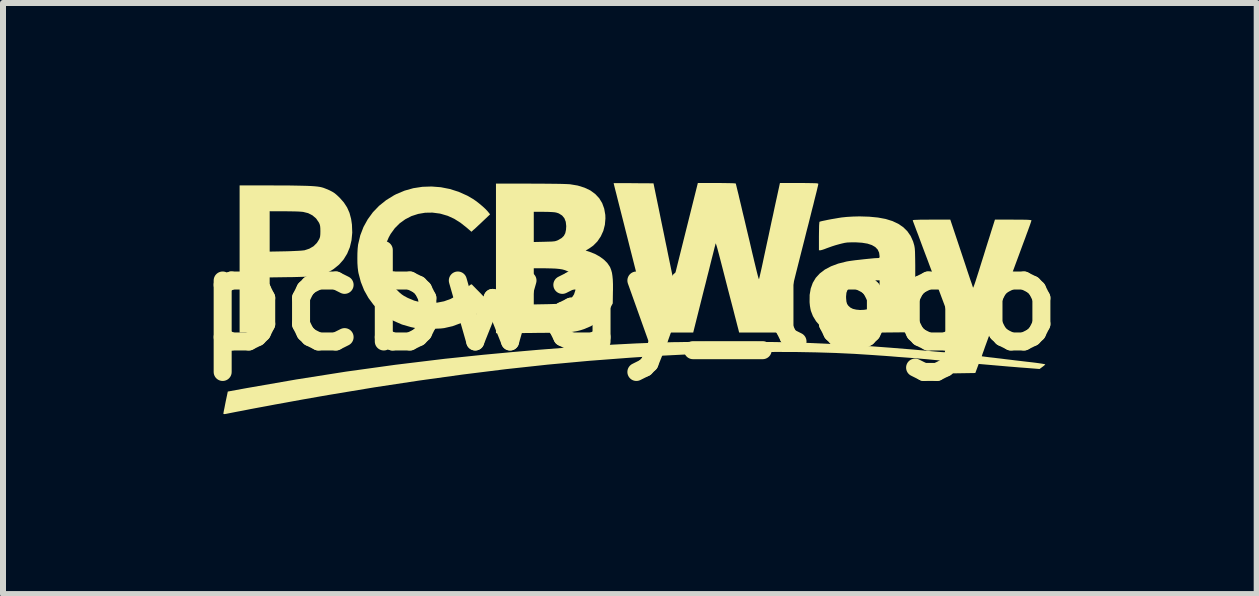
<source format=kicad_pcb>
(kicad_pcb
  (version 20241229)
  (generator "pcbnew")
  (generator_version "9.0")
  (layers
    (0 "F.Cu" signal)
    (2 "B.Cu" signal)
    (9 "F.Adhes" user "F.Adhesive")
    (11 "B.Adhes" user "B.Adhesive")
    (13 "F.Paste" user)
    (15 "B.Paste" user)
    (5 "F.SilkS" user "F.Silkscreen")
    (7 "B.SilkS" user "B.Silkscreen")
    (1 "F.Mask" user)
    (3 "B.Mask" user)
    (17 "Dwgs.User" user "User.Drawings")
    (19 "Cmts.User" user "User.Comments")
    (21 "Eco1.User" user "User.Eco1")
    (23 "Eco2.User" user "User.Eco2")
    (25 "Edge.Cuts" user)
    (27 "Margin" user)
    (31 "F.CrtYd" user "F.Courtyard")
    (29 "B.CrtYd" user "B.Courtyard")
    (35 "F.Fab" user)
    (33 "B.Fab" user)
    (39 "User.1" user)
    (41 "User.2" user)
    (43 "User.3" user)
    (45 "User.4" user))
  (footprint "pcbway_logo"
    (layer "F.Cu")
    (at 7.446 1.951)
    (property "Reference" "pcbway_logo" (at 0 0 0) (layer "F.SilkS") (effects (font (size 1.524 1.524) (thickness 0.3))))
    (attr board_only exclude_from_pos_files exclude_from_bom)
    (fp_poly (pts (xy -5.955 -1.911) (xy -5.806 -1.91) (xy -5.676 -1.91) (xy -5.563 -1.908) (xy -5.466 -1.906) (xy -5.383 -1.904) (xy -5.313 -1.901) (xy -5.254 -1.897) (xy -5.205 -1.892) (xy -5.165 -1.886) (xy -5.133 -1.879) (xy -5.103 -1.87) (xy -5.062 -1.854) (xy -5.017 -1.835) (xy -5.003 -1.829) (xy -4.957 -1.805) (xy -4.918 -1.78) (xy -4.879 -1.747) (xy -4.837 -1.707) (xy -4.766 -1.627) (xy -4.712 -1.544) (xy -4.672 -1.454) (xy -4.645 -1.353) (xy -4.631 -1.258) (xy -4.626 -1.124) (xy -4.638 -0.998) (xy -4.666 -0.881) (xy -4.711 -0.773) (xy -4.771 -0.676) (xy -4.846 -0.591) (xy -4.936 -0.518) (xy -4.958 -0.504) (xy -5.003 -0.478) (xy -5.047 -0.455) (xy -5.091 -0.437) (xy -5.14 -0.422) (xy -5.193 -0.41) (xy -5.255 -0.401) (xy -5.327 -0.394) (xy -5.412 -0.389) (xy -5.511 -0.386) (xy -5.628 -0.383) (xy -5.66 -0.383) (xy -6.002 -0.378) (xy -6.002 0.54) (xy -6.503 0.54) (xy -6.503 -1.481) (xy -6.002 -1.481) (xy -6.002 -0.808) (xy -5.74 -0.813) (xy -5.666 -0.815) (xy -5.596 -0.818) (xy -5.533 -0.821) (xy -5.48 -0.824) (xy -5.442 -0.828) (xy -5.423 -0.83) (xy -5.341 -0.857) (xy -5.272 -0.897) (xy -5.216 -0.952) (xy -5.18 -1.009) (xy -5.168 -1.036) (xy -5.161 -1.064) (xy -5.158 -1.099) (xy -5.157 -1.147) (xy -5.157 -1.15) (xy -5.158 -1.198) (xy -5.161 -1.231) (xy -5.167 -1.258) (xy -5.177 -1.283) (xy -5.184 -1.296) (xy -5.229 -1.361) (xy -5.289 -1.412) (xy -5.361 -1.449) (xy -5.446 -1.47) (xy -5.448 -1.47) (xy -5.478 -1.473) (xy -5.524 -1.476) (xy -5.583 -1.478) (xy -5.649 -1.479) (xy -5.721 -1.48) (xy -5.76 -1.48) (xy -6.002 -1.481) (xy -6.503 -1.481) (xy -6.503 -1.911)) (stroke (width 0) (type solid)) (fill yes) (layer "F.SilkS"))
    (fp_poly (pts (xy -1.658 -1.941) (xy -1.546 -1.94) (xy -1.439 -1.94) (xy -1.338 -1.939) (xy -1.246 -1.938) (xy -1.165 -1.937) (xy -1.097 -1.935) (xy -1.043 -1.933) (xy -1.006 -1.931) (xy -0.995 -1.93) (xy -0.869 -1.909) (xy -0.757 -1.874) (xy -0.659 -1.828) (xy -0.578 -1.769) (xy -0.511 -1.698) (xy -0.461 -1.616) (xy -0.427 -1.523) (xy -0.409 -1.42) (xy -0.407 -1.361) (xy -0.416 -1.255) (xy -0.442 -1.154) (xy -0.484 -1.062) (xy -0.54 -0.979) (xy -0.609 -0.909) (xy -0.678 -0.86) (xy -0.737 -0.826) (xy -0.671 -0.805) (xy -0.583 -0.77) (xy -0.503 -0.726) (xy -0.432 -0.674) (xy -0.375 -0.617) (xy -0.334 -0.557) (xy -0.327 -0.543) (xy -0.311 -0.501) (xy -0.298 -0.455) (xy -0.29 -0.402) (xy -0.284 -0.34) (xy -0.281 -0.264) (xy -0.281 -0.172) (xy -0.282 -0.143) (xy -0.285 0.055) (xy -0.325 0.129) (xy -0.384 0.22) (xy -0.46 0.303) (xy -0.55 0.375) (xy -0.652 0.436) (xy -0.763 0.483) (xy -0.781 0.489) (xy -0.815 0.5) (xy -0.848 0.509) (xy -0.881 0.517) (xy -0.916 0.523) (xy -0.954 0.529) (xy -0.998 0.533) (xy -1.05 0.537) (xy -1.11 0.54) (xy -1.182 0.542) (xy -1.266 0.544) (xy -1.364 0.545) (xy -1.479 0.546) (xy -1.612 0.547) (xy -1.633 0.548) (xy -2.231 0.552) (xy -2.231 -0.53) (xy -1.601 -0.53) (xy -1.601 0.072) (xy -1.378 0.068) (xy -1.304 0.066) (xy -1.246 0.064) (xy -1.202 0.062) (xy -1.168 0.059) (xy -1.142 0.055) (xy -1.119 0.05) (xy -1.097 0.042) (xy -1.094 0.041) (xy -1.022 0.007) (xy -0.968 -0.039) (xy -0.93 -0.096) (xy -0.908 -0.164) (xy -0.902 -0.244) (xy -0.903 -0.255) (xy -0.911 -0.325) (xy -0.93 -0.381) (xy -0.961 -0.425) (xy -1.007 -0.462) (xy -1.047 -0.485) (xy -1.082 -0.499) (xy -1.124 -0.511) (xy -1.174 -0.519) (xy -1.235 -0.525) (xy -1.311 -0.528) (xy -1.403 -0.53) (xy -1.423 -0.53) (xy -1.601 -0.53) (xy -2.231 -0.53) (xy -2.231 -0.968) (xy -1.601 -0.968) (xy -1.423 -0.972) (xy -1.359 -0.974) (xy -1.311 -0.975) (xy -1.276 -0.978) (xy -1.249 -0.981) (xy -1.228 -0.987) (xy -1.208 -0.994) (xy -1.188 -1.004) (xy -1.137 -1.034) (xy -1.1 -1.07) (xy -1.076 -1.115) (xy -1.064 -1.172) (xy -1.06 -1.233) (xy -1.068 -1.305) (xy -1.091 -1.364) (xy -1.129 -1.41) (xy -1.183 -1.444) (xy -1.217 -1.456) (xy -1.249 -1.463) (xy -1.296 -1.467) (xy -1.361 -1.47) (xy -1.432 -1.471) (xy -1.601 -1.471) (xy -1.601 -0.968) (xy -2.231 -0.968) (xy -2.231 -1.941)) (stroke (width 0) (type solid)) (fill yes) (layer "F.SilkS"))
    (fp_poly (pts (xy -3.15 -1.881) (xy -2.998 -1.851) (xy -2.851 -1.804) (xy -2.708 -1.74) (xy -2.615 -1.686) (xy -2.564 -1.651) (xy -2.51 -1.609) (xy -2.456 -1.564) (xy -2.408 -1.52) (xy -2.372 -1.482) (xy -2.366 -1.475) (xy -2.329 -1.429) (xy -2.442 -1.322) (xy -2.485 -1.281) (xy -2.527 -1.242) (xy -2.563 -1.208) (xy -2.59 -1.183) (xy -2.598 -1.177) (xy -2.64 -1.139) (xy -2.716 -1.205) (xy -2.822 -1.289) (xy -2.927 -1.355) (xy -3.034 -1.404) (xy -3.146 -1.437) (xy -3.166 -1.442) (xy -3.29 -1.458) (xy -3.411 -1.456) (xy -3.528 -1.436) (xy -3.639 -1.4) (xy -3.742 -1.347) (xy -3.835 -1.28) (xy -3.917 -1.198) (xy -3.986 -1.103) (xy -4.017 -1.047) (xy -4.051 -0.969) (xy -4.074 -0.894) (xy -4.087 -0.814) (xy -4.091 -0.722) (xy -4.091 -0.707) (xy -4.087 -0.606) (xy -4.074 -0.517) (xy -4.05 -0.434) (xy -4.015 -0.35) (xy -3.991 -0.304) (xy -3.968 -0.266) (xy -3.941 -0.232) (xy -3.906 -0.193) (xy -3.882 -0.169) (xy -3.838 -0.126) (xy -3.801 -0.095) (xy -3.764 -0.07) (xy -3.721 -0.047) (xy -3.7 -0.036) (xy -3.595 0.008) (xy -3.492 0.035) (xy -3.383 0.048) (xy -3.326 0.05) (xy -3.208 0.042) (xy -3.096 0.02) (xy -2.988 -0.019) (xy -2.883 -0.076) (xy -2.779 -0.15) (xy -2.704 -0.214) (xy -2.674 -0.242) (xy -2.654 -0.257) (xy -2.642 -0.263) (xy -2.632 -0.26) (xy -2.624 -0.252) (xy -2.612 -0.239) (xy -2.588 -0.215) (xy -2.555 -0.181) (xy -2.515 -0.141) (xy -2.472 -0.097) (xy -2.471 -0.095) (xy -2.336 0.043) (xy -2.406 0.107) (xy -2.537 0.218) (xy -2.672 0.309) (xy -2.81 0.381) (xy -2.952 0.434) (xy -3.096 0.467) (xy -3.116 0.469) (xy -3.15 0.473) (xy -3.198 0.475) (xy -3.256 0.477) (xy -3.319 0.478) (xy -3.381 0.479) (xy -3.44 0.478) (xy -3.489 0.477) (xy -3.524 0.475) (xy -3.531 0.474) (xy -3.552 0.47) (xy -3.586 0.463) (xy -3.628 0.454) (xy -3.651 0.449) (xy -3.797 0.407) (xy -3.933 0.348) (xy -4.057 0.273) (xy -4.17 0.183) (xy -4.27 0.08) (xy -4.356 -0.036) (xy -4.428 -0.164) (xy -4.483 -0.302) (xy -4.522 -0.45) (xy -4.527 -0.477) (xy -4.535 -0.54) (xy -4.54 -0.616) (xy -4.541 -0.698) (xy -4.54 -0.781) (xy -4.536 -0.858) (xy -4.529 -0.923) (xy -4.527 -0.932) (xy -4.492 -1.08) (xy -4.439 -1.218) (xy -4.368 -1.346) (xy -4.282 -1.464) (xy -4.179 -1.571) (xy -4.062 -1.665) (xy -3.929 -1.747) (xy -3.894 -1.765) (xy -3.754 -1.824) (xy -3.608 -1.865) (xy -3.457 -1.888) (xy -3.304 -1.893)) (stroke (width 0) (type solid)) (fill yes) (layer "F.SilkS"))
    (fp_poly (pts (xy 3.989 -1.39) (xy 4.134 -1.376) (xy 4.263 -1.352) (xy 4.376 -1.317) (xy 4.474 -1.271) (xy 4.556 -1.215) (xy 4.624 -1.148) (xy 4.679 -1.069) (xy 4.72 -0.978) (xy 4.739 -0.914) (xy 4.742 -0.899) (xy 4.745 -0.882) (xy 4.748 -0.862) (xy 4.75 -0.837) (xy 4.752 -0.805) (xy 4.753 -0.765) (xy 4.754 -0.716) (xy 4.755 -0.656) (xy 4.756 -0.583) (xy 4.756 -0.496) (xy 4.756 -0.393) (xy 4.757 -0.274) (xy 4.757 -0.155) (xy 4.757 0.535) (xy 4.46 0.538) (xy 4.162 0.541) (xy 4.16 0.45) (xy 4.157 0.359) (xy 4.087 0.414) (xy 3.983 0.486) (xy 3.87 0.542) (xy 3.822 0.56) (xy 3.772 0.572) (xy 3.709 0.581) (xy 3.638 0.586) (xy 3.566 0.588) (xy 3.499 0.585) (xy 3.444 0.578) (xy 3.436 0.576) (xy 3.339 0.544) (xy 3.251 0.495) (xy 3.171 0.431) (xy 3.104 0.354) (xy 3.051 0.267) (xy 3.017 0.18) (xy 3.009 0.144) (xy 3.001 0.097) (xy 2.996 0.047) (xy 2.995 0.03) (xy 2.996 -0.058) (xy 3.603 -0.058) (xy 3.604 -0.028) (xy 3.609 0.025) (xy 3.62 0.063) (xy 3.64 0.093) (xy 3.671 0.121) (xy 3.674 0.124) (xy 3.717 0.146) (xy 3.773 0.159) (xy 3.837 0.165) (xy 3.904 0.162) (xy 3.968 0.151) (xy 4.002 0.14) (xy 4.044 0.121) (xy 4.087 0.096) (xy 4.107 0.081) (xy 4.157 0.044) (xy 4.159 -0.143) (xy 4.162 -0.33) (xy 4.129 -0.33) (xy 4.087 -0.328) (xy 4.032 -0.322) (xy 3.969 -0.313) (xy 3.906 -0.303) (xy 3.847 -0.291) (xy 3.799 -0.28) (xy 3.785 -0.276) (xy 3.715 -0.248) (xy 3.664 -0.215) (xy 3.629 -0.174) (xy 3.609 -0.122) (xy 3.603 -0.058) (xy 2.996 -0.058) (xy 2.996 -0.086) (xy 3.014 -0.192) (xy 3.048 -0.287) (xy 3.098 -0.371) (xy 3.166 -0.445) (xy 3.25 -0.509) (xy 3.352 -0.563) (xy 3.471 -0.608) (xy 3.607 -0.642) (xy 3.616 -0.644) (xy 3.651 -0.65) (xy 3.7 -0.657) (xy 3.759 -0.665) (xy 3.825 -0.672) (xy 3.894 -0.68) (xy 3.962 -0.687) (xy 4.023 -0.693) (xy 4.075 -0.698) (xy 4.114 -0.7) (xy 4.126 -0.7) (xy 4.15 -0.702) (xy 4.16 -0.71) (xy 4.162 -0.728) (xy 4.154 -0.79) (xy 4.13 -0.842) (xy 4.09 -0.884) (xy 4.033 -0.917) (xy 3.96 -0.941) (xy 3.869 -0.956) (xy 3.761 -0.963) (xy 3.731 -0.963) (xy 3.672 -0.962) (xy 3.624 -0.96) (xy 3.581 -0.954) (xy 3.533 -0.943) (xy 3.49 -0.932) (xy 3.432 -0.916) (xy 3.372 -0.897) (xy 3.316 -0.877) (xy 3.285 -0.866) (xy 3.244 -0.85) (xy 3.208 -0.838) (xy 3.182 -0.831) (xy 3.174 -0.83) (xy 3.151 -0.83) (xy 3.151 -1.065) (xy 3.152 -1.134) (xy 3.153 -1.195) (xy 3.154 -1.245) (xy 3.157 -1.281) (xy 3.159 -1.302) (xy 3.16 -1.305) (xy 3.175 -1.31) (xy 3.206 -1.318) (xy 3.25 -1.327) (xy 3.302 -1.338) (xy 3.36 -1.349) (xy 3.42 -1.359) (xy 3.477 -1.369) (xy 3.528 -1.377) (xy 3.614 -1.386) (xy 3.715 -1.392) (xy 3.827 -1.395)) (stroke (width 0) (type solid)) (fill yes) (layer "F.SilkS"))
    (fp_poly (pts (xy 1.523 -1.951) (xy 1.594 -1.95) (xy 1.655 -1.949) (xy 1.705 -1.948) (xy 1.741 -1.946) (xy 1.761 -1.944) (xy 1.764 -1.943) (xy 1.768 -1.932) (xy 1.775 -1.904) (xy 1.785 -1.862) (xy 1.798 -1.809) (xy 1.813 -1.749) (xy 1.819 -1.721) (xy 1.837 -1.646) (xy 1.858 -1.558) (xy 1.88 -1.463) (xy 1.903 -1.369) (xy 1.924 -1.28) (xy 1.931 -1.25) (xy 1.949 -1.173) (xy 1.971 -1.081) (xy 1.995 -0.981) (xy 2.019 -0.877) (xy 2.043 -0.774) (xy 2.066 -0.679) (xy 2.068 -0.668) (xy 2.087 -0.591) (xy 2.104 -0.52) (xy 2.119 -0.459) (xy 2.132 -0.409) (xy 2.142 -0.373) (xy 2.149 -0.352) (xy 2.151 -0.348) (xy 2.155 -0.359) (xy 2.162 -0.387) (xy 2.172 -0.431) (xy 2.185 -0.487) (xy 2.2 -0.554) (xy 2.216 -0.628) (xy 2.23 -0.695) (xy 2.257 -0.82) (xy 2.284 -0.946) (xy 2.311 -1.07) (xy 2.337 -1.193) (xy 2.362 -1.311) (xy 2.387 -1.423) (xy 2.409 -1.528) (xy 2.43 -1.625) (xy 2.449 -1.711) (xy 2.465 -1.785) (xy 2.478 -1.845) (xy 2.488 -1.89) (xy 2.494 -1.919) (xy 2.496 -1.928) (xy 2.501 -1.951) (xy 2.821 -1.951) (xy 2.911 -1.951) (xy 2.983 -1.95) (xy 3.039 -1.949) (xy 3.08 -1.948) (xy 3.109 -1.947) (xy 3.128 -1.944) (xy 3.138 -1.941) (xy 3.141 -1.937) (xy 3.141 -1.936) (xy 3.14 -1.931) (xy 3.138 -1.92) (xy 3.134 -1.901) (xy 3.127 -1.874) (xy 3.119 -1.838) (xy 3.108 -1.793) (xy 3.094 -1.738) (xy 3.077 -1.671) (xy 3.058 -1.592) (xy 3.034 -1.5) (xy 3.008 -1.395) (xy 2.978 -1.275) (xy 2.943 -1.14) (xy 2.905 -0.988) (xy 2.862 -0.82) (xy 2.815 -0.634) (xy 2.766 -0.44) (xy 2.739 -0.331) (xy 2.711 -0.221) (xy 2.683 -0.112) (xy 2.657 -0.008) (xy 2.632 0.089) (xy 2.61 0.176) (xy 2.592 0.249) (xy 2.577 0.307) (xy 2.575 0.318) (xy 2.519 0.54) (xy 1.821 0.54) (xy 1.812 0.503) (xy 1.808 0.487) (xy 1.799 0.453) (xy 1.786 0.403) (xy 1.77 0.34) (xy 1.75 0.264) (xy 1.728 0.177) (xy 1.703 0.081) (xy 1.676 -0.022) (xy 1.648 -0.13) (xy 1.64 -0.16) (xy 1.603 -0.304) (xy 1.571 -0.429) (xy 1.543 -0.538) (xy 1.519 -0.631) (xy 1.499 -0.708) (xy 1.482 -0.773) (xy 1.468 -0.825) (xy 1.457 -0.866) (xy 1.448 -0.897) (xy 1.441 -0.919) (xy 1.436 -0.933) (xy 1.433 -0.941) (xy 1.43 -0.943) (xy 1.428 -0.941) (xy 1.427 -0.936) (xy 1.426 -0.929) (xy 1.424 -0.922) (xy 1.424 -0.92) (xy 1.42 -0.905) (xy 1.411 -0.872) (xy 1.399 -0.823) (xy 1.383 -0.759) (xy 1.363 -0.682) (xy 1.341 -0.594) (xy 1.317 -0.496) (xy 1.29 -0.391) (xy 1.262 -0.278) (xy 1.235 -0.173) (xy 1.056 0.54) (xy 0.709 0.54) (xy 0.616 0.54) (xy 0.541 0.54) (xy 0.483 0.539) (xy 0.438 0.538) (xy 0.405 0.537) (xy 0.383 0.535) (xy 0.369 0.533) (xy 0.361 0.529) (xy 0.357 0.525) (xy 0.356 0.523) (xy 0.353 0.511) (xy 0.345 0.482) (xy 0.334 0.436) (xy 0.318 0.375) (xy 0.299 0.3) (xy 0.277 0.214) (xy 0.252 0.116) (xy 0.225 0.009) (xy 0.196 -0.106) (xy 0.165 -0.228) (xy 0.133 -0.355) (xy 0.1 -0.485) (xy 0.066 -0.619) (xy 0.032 -0.753) (xy -0.002 -0.886) (xy -0.035 -1.018) (xy -0.068 -1.147) (xy -0.099 -1.271) (xy -0.129 -1.389) (xy -0.157 -1.499) (xy -0.183 -1.601) (xy -0.206 -1.692) (xy -0.226 -1.772) (xy -0.243 -1.838) (xy -0.256 -1.89) (xy -0.265 -1.927) (xy -0.27 -1.946) (xy -0.27 -1.948) (xy -0.26 -1.949) (xy -0.233 -1.949) (xy -0.191 -1.949) (xy -0.135 -1.949) (xy -0.068 -1.949) (xy 0.006 -1.949) (xy 0.062 -1.948) (xy 0.394 -1.946) (xy 0.462 -1.616) (xy 0.479 -1.534) (xy 0.499 -1.436) (xy 0.521 -1.327) (xy 0.545 -1.211) (xy 0.57 -1.091) (xy 0.594 -0.972) (xy 0.618 -0.858) (xy 0.628 -0.806) (xy 0.727 -0.326) (xy 1.133 -1.951) (xy 1.446 -1.951)) (stroke (width 0) (type solid)) (fill yes) (layer "F.SilkS"))
    (fp_poly (pts (xy 5.528 -0.778) (xy 5.562 -0.676) (xy 5.594 -0.58) (xy 5.623 -0.491) (xy 5.65 -0.411) (xy 5.673 -0.342) (xy 5.693 -0.286) (xy 5.707 -0.243) (xy 5.716 -0.216) (xy 5.72 -0.207) (xy 5.724 -0.213) (xy 5.733 -0.235) (xy 5.746 -0.271) (xy 5.762 -0.318) (xy 5.779 -0.372) (xy 5.819 -0.497) (xy 5.858 -0.623) (xy 5.897 -0.746) (xy 5.933 -0.863) (xy 5.967 -0.971) (xy 5.998 -1.068) (xy 6.023 -1.149) (xy 6.034 -1.183) (xy 6.084 -1.341) (xy 6.388 -1.341) (xy 6.48 -1.34) (xy 6.553 -1.34) (xy 6.609 -1.339) (xy 6.65 -1.337) (xy 6.676 -1.334) (xy 6.69 -1.331) (xy 6.693 -1.329) (xy 6.689 -1.316) (xy 6.68 -1.288) (xy 6.666 -1.247) (xy 6.647 -1.195) (xy 6.626 -1.137) (xy 6.616 -1.111) (xy 6.59 -1.039) (xy 6.557 -0.951) (xy 6.519 -0.848) (xy 6.477 -0.734) (xy 6.431 -0.61) (xy 6.383 -0.48) (xy 6.333 -0.344) (xy 6.282 -0.207) (xy 6.231 -0.069) (xy 6.181 0.066) (xy 6.133 0.197) (xy 6.088 0.32) (xy 6.046 0.435) (xy 6.008 0.537) (xy 6.001 0.554) (xy 5.971 0.636) (xy 5.943 0.713) (xy 5.918 0.781) (xy 5.898 0.839) (xy 5.881 0.885) (xy 5.87 0.918) (xy 5.865 0.934) (xy 5.864 0.935) (xy 5.875 0.938) (xy 5.901 0.941) (xy 5.938 0.946) (xy 5.962 0.949) (xy 6.003 0.954) (xy 6.058 0.96) (xy 6.123 0.968) (xy 6.193 0.976) (xy 6.262 0.985) (xy 6.262 0.985) (xy 6.339 0.994) (xy 6.428 1.005) (xy 6.523 1.016) (xy 6.615 1.027) (xy 6.695 1.036) (xy 6.76 1.044) (xy 6.818 1.052) (xy 6.865 1.059) (xy 6.9 1.065) (xy 6.92 1.07) (xy 6.923 1.071) (xy 6.915 1.081) (xy 6.896 1.097) (xy 6.875 1.113) (xy 6.828 1.148) (xy 6.588 1.129) (xy 6.505 1.123) (xy 6.41 1.115) (xy 6.308 1.107) (xy 6.207 1.098) (xy 6.113 1.09) (xy 6.08 1.087) (xy 5.813 1.064) (xy 5.757 1.215) (xy 5.438 1.22) (xy 5.361 1.221) (xy 5.289 1.222) (xy 5.227 1.222) (xy 5.177 1.222) (xy 5.14 1.221) (xy 5.119 1.22) (xy 5.116 1.219) (xy 5.118 1.207) (xy 5.126 1.181) (xy 5.139 1.145) (xy 5.151 1.114) (xy 5.168 1.069) (xy 5.178 1.04) (xy 5.182 1.023) (xy 5.18 1.013) (xy 5.174 1.008) (xy 5.161 1.006) (xy 5.129 1.002) (xy 5.082 0.998) (xy 5.02 0.992) (xy 4.946 0.985) (xy 4.862 0.978) (xy 4.769 0.97) (xy 4.67 0.962) (xy 4.565 0.954) (xy 4.458 0.946) (xy 4.35 0.937) (xy 4.243 0.929) (xy 4.139 0.922) (xy 4.057 0.916) (xy 3.746 0.896) (xy 3.43 0.881) (xy 3.106 0.871) (xy 2.774 0.865) (xy 2.431 0.864) (xy 2.077 0.868) (xy 1.71 0.876) (xy 1.33 0.888) (xy 0.934 0.906) (xy 0.521 0.927) (xy 0.091 0.954) (xy -0.01 0.961) (xy -0.681 1.012) (xy -1.366 1.075) (xy -2.067 1.151) (xy -2.783 1.24) (xy -3.513 1.341) (xy -4.258 1.454) (xy -5.016 1.58) (xy -5.172 1.607) (xy -5.308 1.631) (xy -5.451 1.656) (xy -5.6 1.683) (xy -5.752 1.711) (xy -5.903 1.738) (xy -6.051 1.766) (xy -6.192 1.792) (xy -6.325 1.817) (xy -6.446 1.841) (xy -6.553 1.861) (xy -6.629 1.876) (xy -6.685 1.887) (xy -6.724 1.895) (xy -6.749 1.899) (xy -6.764 1.899) (xy -6.771 1.897) (xy -6.773 1.892) (xy -6.773 1.888) (xy -6.771 1.875) (xy -6.766 1.845) (xy -6.757 1.803) (xy -6.747 1.751) (xy -6.737 1.7) (xy -6.7 1.524) (xy -6.389 1.467) (xy -5.556 1.322) (xy -4.731 1.192) (xy -3.908 1.078) (xy -3.084 0.978) (xy -2.441 0.911) (xy -1.98 0.868) (xy -1.533 0.829) (xy -1.1 0.795) (xy -0.683 0.766) (xy -0.281 0.742) (xy 0.103 0.722) (xy 0.469 0.708) (xy 0.645 0.703) (xy 0.723 0.701) (xy 0.818 0.7) (xy 0.927 0.698) (xy 1.049 0.697) (xy 1.181 0.697) (xy 1.32 0.696) (xy 1.465 0.696) (xy 1.612 0.696) (xy 1.76 0.696) (xy 1.905 0.696) (xy 2.046 0.696) (xy 2.181 0.697) (xy 2.306 0.698) (xy 2.42 0.699) (xy 2.52 0.701) (xy 2.603 0.702) (xy 2.641 0.703) (xy 2.987 0.714) (xy 3.326 0.729) (xy 3.664 0.747) (xy 4.004 0.768) (xy 4.351 0.794) (xy 4.709 0.823) (xy 5.02 0.851) (xy 5.085 0.857) (xy 5.142 0.862) (xy 5.19 0.866) (xy 5.224 0.868) (xy 5.243 0.869) (xy 5.246 0.869) (xy 5.251 0.859) (xy 5.261 0.833) (xy 5.276 0.794) (xy 5.295 0.745) (xy 5.317 0.689) (xy 5.322 0.677) (xy 5.395 0.488) (xy 5.057 -0.414) (xy 5.008 -0.542) (xy 4.962 -0.666) (xy 4.918 -0.782) (xy 4.877 -0.891) (xy 4.84 -0.991) (xy 4.807 -1.081) (xy 4.777 -1.158) (xy 4.753 -1.223) (xy 4.734 -1.273) (xy 4.721 -1.308) (xy 4.715 -1.326) (xy 4.714 -1.328) (xy 4.717 -1.332) (xy 4.729 -1.335) (xy 4.752 -1.337) (xy 4.788 -1.338) (xy 4.838 -1.34) (xy 4.905 -1.34) (xy 4.989 -1.341) (xy 5.025 -1.341) (xy 5.34 -1.341)) (stroke (width 0) (type solid)) (fill yes) (layer "F.SilkS")))
  (gr_rect
    (start -3 -3)
    (end 17.892 6.85)
    (stroke (width 0.1) (type default))
    (fill no)
    (layer "Edge.Cuts")))
</source>
